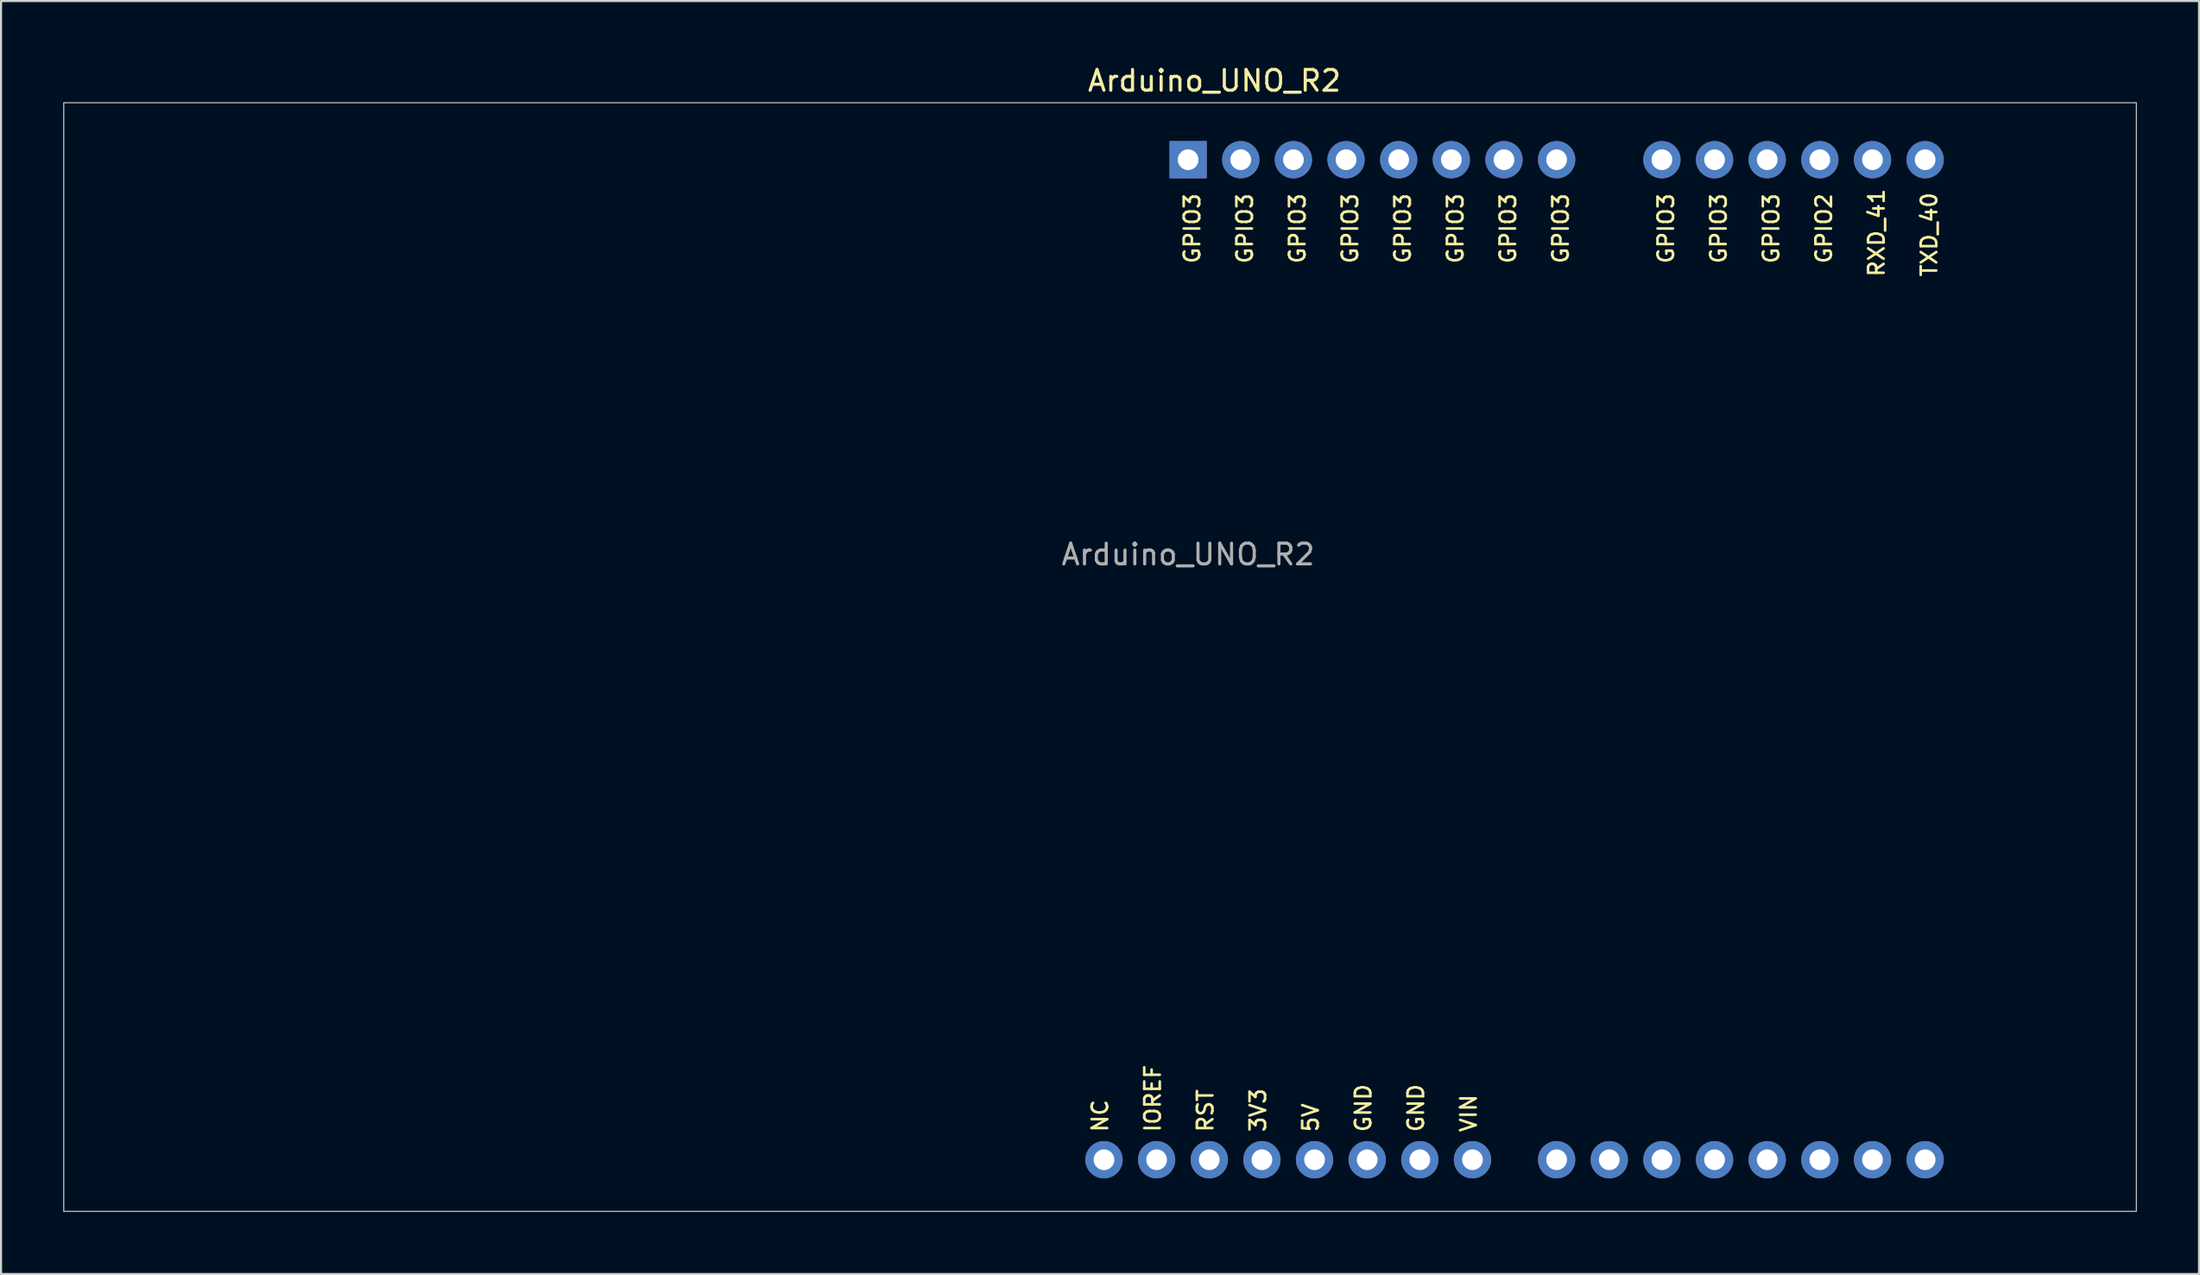
<source format=kicad_pcb>
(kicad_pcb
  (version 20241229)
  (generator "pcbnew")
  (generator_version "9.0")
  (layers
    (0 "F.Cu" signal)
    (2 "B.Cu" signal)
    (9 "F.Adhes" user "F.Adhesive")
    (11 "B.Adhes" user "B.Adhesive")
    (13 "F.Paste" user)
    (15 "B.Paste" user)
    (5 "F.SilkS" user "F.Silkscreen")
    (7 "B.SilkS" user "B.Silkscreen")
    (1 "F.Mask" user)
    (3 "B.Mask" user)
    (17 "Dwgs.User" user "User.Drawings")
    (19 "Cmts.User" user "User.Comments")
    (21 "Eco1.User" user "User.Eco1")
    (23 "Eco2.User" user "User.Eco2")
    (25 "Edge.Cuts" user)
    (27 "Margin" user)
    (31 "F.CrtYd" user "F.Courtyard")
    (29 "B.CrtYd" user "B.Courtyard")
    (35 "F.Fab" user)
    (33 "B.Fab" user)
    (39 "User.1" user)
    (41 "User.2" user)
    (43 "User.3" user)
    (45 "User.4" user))
  (footprint "Arduino_UNO_R2"
    (layer "F.Cu")
    (at 54.275 4.658)
    (property "Reference" "Arduino_UNO_R2" (at 1.27 -3.81 180) (layer "F.SilkS") (effects (font (size 1 1) (thickness 0.15))))
    (attr through_hole)
    (fp_rect (start -54.25 -2.75) (end 45.75 50.75) (stroke (width 0.05) (type default)) (fill no) (layer "Edge.Cuts"))
    (fp_text user "3V3" (at 3.81 46.99 90) (unlocked yes) (layer "F.SilkS") (effects (font (size 0.75 0.75) (thickness 0.125) (bold yes)) (justify left bottom)))
    (fp_text user "GPIO3" (at 18.415 5.08 90) (unlocked yes) (layer "F.SilkS") (effects (font (size 0.75 0.75) (thickness 0.125) (bold yes)) (justify left bottom)))
    (fp_text user "GPIO3" (at 0.635 5.08 90) (unlocked yes) (layer "F.SilkS") (effects (font (size 0.75 0.75) (thickness 0.125) (bold yes)) (justify left bottom)))
    (fp_text user "GPIO3" (at 3.175 5.08 90) (unlocked yes) (layer "F.SilkS") (effects (font (size 0.75 0.75) (thickness 0.125) (bold yes)) (justify left bottom)))
    (fp_text user "VIN" (at 13.97 46.99 90) (unlocked yes) (layer "F.SilkS") (effects (font (size 0.75 0.75) (thickness 0.125) (bold yes)) (justify left bottom)))
    (fp_text user "GPIO3" (at 23.495 5.08 90) (unlocked yes) (layer "F.SilkS") (effects (font (size 0.75 0.75) (thickness 0.125) (bold yes)) (justify left bottom)))
    (fp_text user "GPIO3" (at 10.795 5.08 90) (unlocked yes) (layer "F.SilkS") (effects (font (size 0.75 0.75) (thickness 0.125) (bold yes)) (justify left bottom)))
    (fp_text user "GND" (at 8.89 46.99 90) (unlocked yes) (layer "F.SilkS") (effects (font (size 0.75 0.75) (thickness 0.125) (bold yes)) (justify left bottom)))
    (fp_text user "GPIO3" (at 5.715 5.08 90) (unlocked yes) (layer "F.SilkS") (effects (font (size 0.75 0.75) (thickness 0.125) (bold yes)) (justify left bottom)))
    (fp_text user "RST" (at 1.27 46.99 90) (unlocked yes) (layer "F.SilkS") (effects (font (size 0.75 0.75) (thickness 0.125) (bold yes)) (justify left bottom)))
    (fp_text user "5V" (at 6.35 46.99 90) (unlocked yes) (layer "F.SilkS") (effects (font (size 0.75 0.75) (thickness 0.125) (bold yes)) (justify left bottom)))
    (fp_text user "GPIO3" (at 28.575 5.08 90) (unlocked yes) (layer "F.SilkS") (effects (font (size 0.75 0.75) (thickness 0.125) (bold yes)) (justify left bottom)))
    (fp_text user "GPIO3" (at 8.255 5.08 90) (unlocked yes) (layer "F.SilkS") (effects (font (size 0.75 0.75) (thickness 0.125) (bold yes)) (justify left bottom)))
    (fp_text user "IOREF" (at -1.27 46.99 90) (unlocked yes) (layer "F.SilkS") (effects (font (size 0.75 0.75) (thickness 0.125) (bold yes)) (justify left bottom)))
    (fp_text user "GND" (at 11.43 46.99 90) (unlocked yes) (layer "F.SilkS") (effects (font (size 0.75 0.75) (thickness 0.125) (bold yes)) (justify left bottom)))
    (fp_text user "GPIO3" (at 15.875 5.08 90) (unlocked yes) (layer "F.SilkS") (effects (font (size 0.75 0.75) (thickness 0.125) (bold yes)) (justify left bottom)))
    (fp_text user "NC" (at -3.81 46.99 90) (unlocked yes) (layer "F.SilkS") (effects (font (size 0.75 0.75) (thickness 0.125) (bold yes)) (justify left bottom)))
    (fp_text user "RXD_41" (at 33.655 5.715 90) (unlocked yes) (layer "F.SilkS") (effects (font (size 0.75 0.75) (thickness 0.125) (bold yes)) (justify left bottom)))
    (fp_text user "GPIO3" (at 13.335 5.08 90) (unlocked yes) (layer "F.SilkS") (effects (font (size 0.75 0.75) (thickness 0.125) (bold yes)) (justify left bottom)))
    (fp_text user "GPIO3" (at 26.035 5.08 90) (unlocked yes) (layer "F.SilkS") (effects (font (size 0.75 0.75) (thickness 0.125) (bold yes)) (justify left bottom)))
    (fp_text user "GPIO2" (at 31.115 5.08 90) (unlocked yes) (layer "F.SilkS") (effects (font (size 0.75 0.75) (thickness 0.125) (bold yes)) (justify left bottom)))
    (fp_text user "TXD_40" (at 36.195 5.715 90) (unlocked yes) (layer "F.SilkS") (effects (font (size 0.75 0.75) (thickness 0.125) (bold yes)) (justify left bottom)))
    (fp_text user "${REFERENCE}" (at 0 19.05 180) (layer "F.Fab") (effects (font (size 1 1) (thickness 0.15))))
    (pad "1" thru_hole rect (at 0 0 90) (size 1.8 1.8) (drill 1) (layers "*.Cu" "*.Mask"))
    (pad "2" thru_hole oval (at 2.54 0 90) (size 1.8 1.8) (drill 1) (layers "*.Cu" "*.Mask"))
    (pad "3" thru_hole oval (at 5.08 0 90) (size 1.8 1.8) (drill 1) (layers "*.Cu" "*.Mask"))
    (pad "4" thru_hole oval (at 7.62 0 90) (size 1.8 1.8) (drill 1) (layers "*.Cu" "*.Mask"))
    (pad "5" thru_hole oval (at 10.16 0 90) (size 1.8 1.8) (drill 1) (layers "*.Cu" "*.Mask"))
    (pad "6" thru_hole oval (at 12.7 0 90) (size 1.8 1.8) (drill 1) (layers "*.Cu" "*.Mask"))
    (pad "7" thru_hole oval (at 15.24 0 90) (size 1.8 1.8) (drill 1) (layers "*.Cu" "*.Mask"))
    (pad "8" thru_hole oval (at 17.78 0 90) (size 1.8 1.8) (drill 1) (layers "*.Cu" "*.Mask"))
    (pad "9" thru_hole oval (at 22.86 0 90) (size 1.8 1.8) (drill 1) (layers "*.Cu" "*.Mask"))
    (pad "10" thru_hole oval (at 25.4 0 90) (size 1.8 1.8) (drill 1) (layers "*.Cu" "*.Mask"))
    (pad "11" thru_hole oval (at 27.94 0 90) (size 1.8 1.8) (drill 1) (layers "*.Cu" "*.Mask"))
    (pad "12" thru_hole oval (at 30.48 0 90) (size 1.8 1.8) (drill 1) (layers "*.Cu" "*.Mask"))
    (pad "13" thru_hole oval (at 33.02 0 90) (size 1.8 1.8) (drill 1) (layers "*.Cu" "*.Mask"))
    (pad "14" thru_hole oval (at 35.56 0 90) (size 1.8 1.8) (drill 1) (layers "*.Cu" "*.Mask"))
    (pad "15" thru_hole oval (at 35.56 48.26 90) (size 1.8 1.8) (drill 1) (layers "*.Cu" "*.Mask"))
    (pad "16" thru_hole oval (at 33.02 48.26 90) (size 1.8 1.8) (drill 1) (layers "*.Cu" "*.Mask"))
    (pad "17" thru_hole oval (at 30.48 48.26 90) (size 1.8 1.8) (drill 1) (layers "*.Cu" "*.Mask"))
    (pad "18" thru_hole oval (at 27.94 48.26 90) (size 1.8 1.8) (drill 1) (layers "*.Cu" "*.Mask"))
    (pad "19" thru_hole oval (at 25.4 48.26 90) (size 1.8 1.8) (drill 1) (layers "*.Cu" "*.Mask"))
    (pad "20" thru_hole oval (at 22.86 48.26 90) (size 1.8 1.8) (drill 1) (layers "*.Cu" "*.Mask"))
    (pad "21" thru_hole oval (at 20.32 48.26 90) (size 1.8 1.8) (drill 1) (layers "*.Cu" "*.Mask"))
    (pad "22" thru_hole oval (at 17.78 48.26 90) (size 1.8 1.8) (drill 1) (layers "*.Cu" "*.Mask"))
    (pad "23" thru_hole oval (at 13.72 48.26 90) (size 1.8 1.8) (drill 1) (layers "*.Cu" "*.Mask"))
    (pad "24" thru_hole oval (at 11.18 48.26 90) (size 1.8 1.8) (drill 1) (layers "*.Cu" "*.Mask"))
    (pad "25" thru_hole oval (at 8.64 48.26 90) (size 1.8 1.8) (drill 1) (layers "*.Cu" "*.Mask"))
    (pad "26" thru_hole oval (at 6.1 48.26 90) (size 1.8 1.8) (drill 1) (layers "*.Cu" "*.Mask"))
    (pad "27" thru_hole oval (at 3.56 48.26 90) (size 1.8 1.8) (drill 1) (layers "*.Cu" "*.Mask"))
    (pad "28" thru_hole oval (at 1.02 48.26 90) (size 1.8 1.8) (drill 1) (layers "*.Cu" "*.Mask"))
    (pad "29" thru_hole oval (at -1.52 48.26 90) (size 1.8 1.8) (drill 1) (layers "*.Cu" "*.Mask"))
    (pad "30" thru_hole oval (at -4.06 48.26 90) (size 1.8 1.8) (drill 1) (layers "*.Cu" "*.Mask")))
  (gr_rect
    (start -3 -3)
    (end 103.05 58.433)
    (stroke (width 0.1) (type default))
    (fill no)
    (layer "Edge.Cuts")))
</source>
